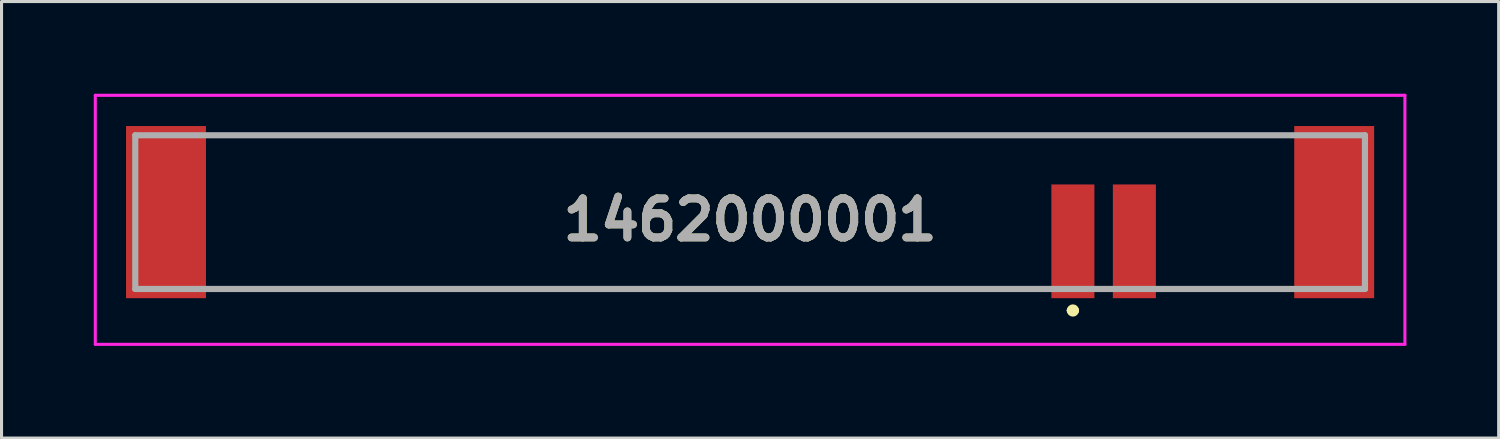
<source format=kicad_pcb>
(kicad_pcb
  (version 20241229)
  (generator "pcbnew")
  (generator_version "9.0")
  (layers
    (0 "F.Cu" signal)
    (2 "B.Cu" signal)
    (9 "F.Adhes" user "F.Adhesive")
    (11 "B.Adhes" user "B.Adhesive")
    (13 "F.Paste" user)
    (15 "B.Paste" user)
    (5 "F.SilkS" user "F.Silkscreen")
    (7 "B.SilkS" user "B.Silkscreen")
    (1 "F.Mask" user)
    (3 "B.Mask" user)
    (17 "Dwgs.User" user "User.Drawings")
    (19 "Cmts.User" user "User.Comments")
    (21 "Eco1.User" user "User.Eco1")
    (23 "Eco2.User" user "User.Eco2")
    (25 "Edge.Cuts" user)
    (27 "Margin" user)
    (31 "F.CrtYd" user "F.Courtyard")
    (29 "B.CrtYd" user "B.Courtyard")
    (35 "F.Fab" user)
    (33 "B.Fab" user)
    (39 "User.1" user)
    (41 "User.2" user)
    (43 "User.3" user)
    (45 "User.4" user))
  (footprint "1462000001"
    (layer "F.Cu")
    (at 21.35 4.1)
    (property "Reference" "1462000001" (at 0 0 0) (layer "F.SilkS") (effects (font (size 1.27 1.27) (thickness 0.254))))
    (attr smd)
    (fp_line (start -17.5 -2.75) (end 17.5 -2.75) (stroke (width 0.1) (type solid)) (layer "F.SilkS"))
    (fp_line (start -17.5 2.25) (end 9.5 2.25) (stroke (width 0.1) (type solid)) (layer "F.SilkS"))
    (fp_line (start 10.4 2.95) (end 10.4 2.95) (stroke (width 0.2) (type solid)) (layer "F.SilkS"))
    (fp_line (start 10.6 2.95) (end 10.6 2.95) (stroke (width 0.2) (type solid)) (layer "F.SilkS"))
    (fp_line (start 13.5 2.25) (end 17.5 2.25) (stroke (width 0.1) (type solid)) (layer "F.SilkS"))
    (fp_arc (start 10.4 2.95) (mid 10.5 2.85) (end 10.6 2.95) (stroke (width 0.2) (type solid)) (layer "F.SilkS"))
    (fp_arc (start 10.6 2.95) (mid 10.5 3.05) (end 10.4 2.95) (stroke (width 0.2) (type solid)) (layer "F.SilkS"))
    (fp_line (start -21.3 -4.05) (end 21.3 -4.05) (stroke (width 0.1) (type solid)) (layer "F.CrtYd"))
    (fp_line (start -21.3 4.05) (end -21.3 -4.05) (stroke (width 0.1) (type solid)) (layer "F.CrtYd"))
    (fp_line (start 21.3 -4.05) (end 21.3 4.05) (stroke (width 0.1) (type solid)) (layer "F.CrtYd"))
    (fp_line (start 21.3 4.05) (end -21.3 4.05) (stroke (width 0.1) (type solid)) (layer "F.CrtYd"))
    (fp_line (start -20 -2.75) (end 20 -2.75) (stroke (width 0.2) (type solid)) (layer "F.Fab"))
    (fp_line (start -20 2.25) (end -20 -2.75) (stroke (width 0.2) (type solid)) (layer "F.Fab"))
    (fp_line (start 20 -2.75) (end 20 2.25) (stroke (width 0.2) (type solid)) (layer "F.Fab"))
    (fp_line (start 20 2.25) (end -20 2.25) (stroke (width 0.2) (type solid)) (layer "F.Fab"))
    (fp_text user "${REFERENCE}" (at 0 0 0) (layer "F.Fab") (effects (font (size 1.27 1.27) (thickness 0.254))))
    (pad "1" smd rect (at 10.5 0.7) (size 1.4 3.7) (layers "F.Cu" "F.Mask" "F.Paste"))
    (pad "2" smd rect (at 12.5 0.7) (size 1.4 3.7) (layers "F.Cu" "F.Mask" "F.Paste"))
    (pad "3" smd rect (at -19 -0.25) (size 2.6 5.6) (layers "F.Cu" "F.Mask" "F.Paste"))
    (pad "4" smd rect (at 19 -0.25) (size 2.6 5.6) (layers "F.Cu" "F.Mask" "F.Paste")))
  (gr_rect
    (start -3 -3)
    (end 45.7 11.2)
    (stroke (width 0.1) (type default))
    (fill no)
    (layer "Edge.Cuts")))
</source>
